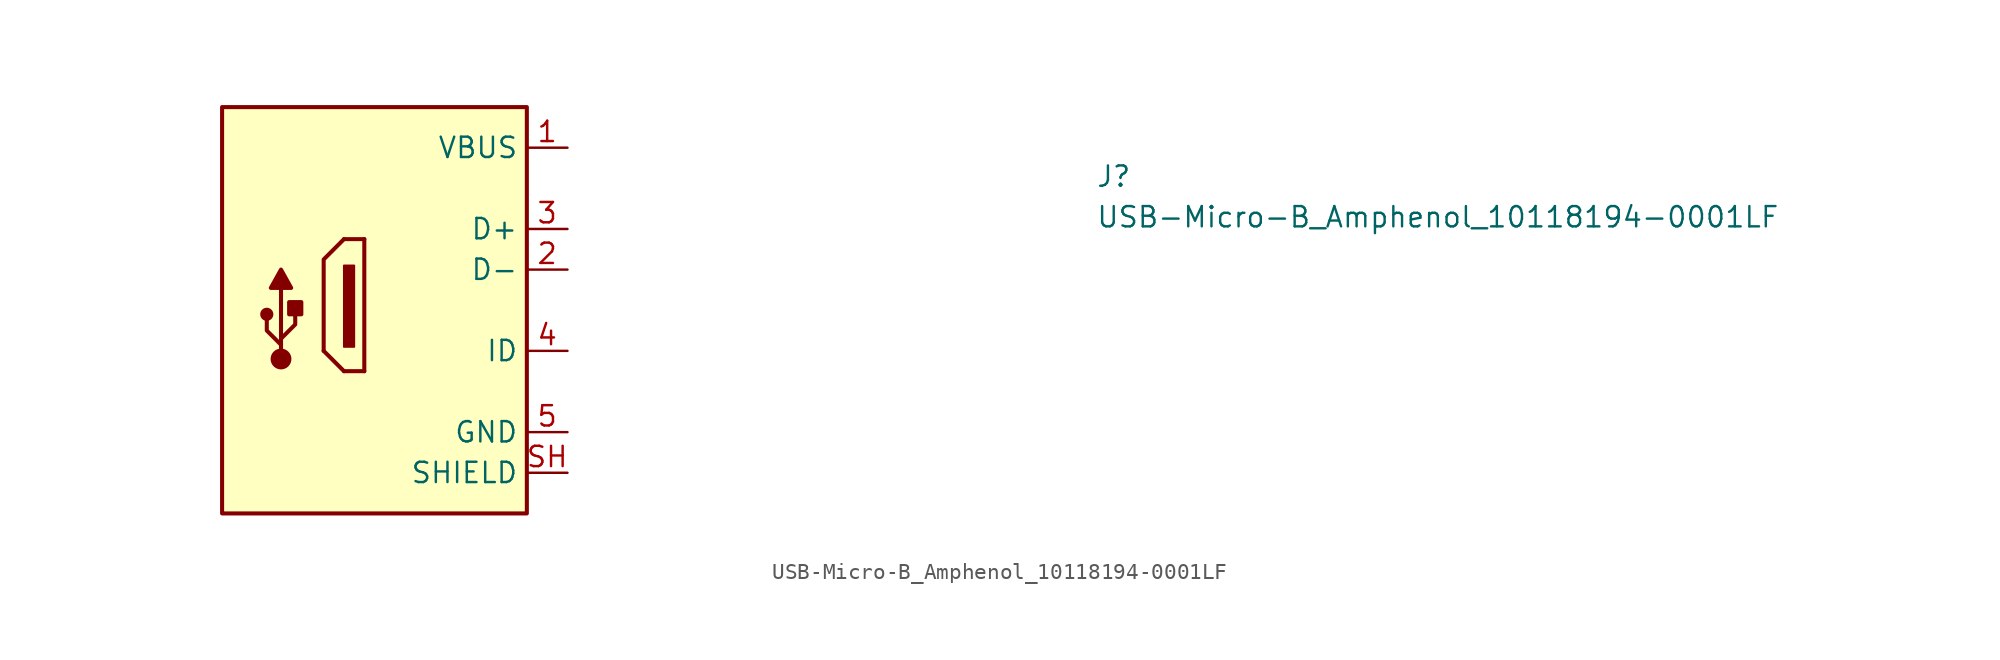
<source format=kicad_sym>
(kicad_symbol_lib
  (version 20220914)
  (generator kicad_symbol_editor)
  (symbol "USB-Micro-B_Amphenol_10118194-0001LF"
    (property "Reference" "J"
      (at 33.02 -2.54 0)
      (effects (font (size 1.27 1.27) (thickness 0.15)) (justify left bottom)))
    (property "Value" "USB-Micro-B_Amphenol_10118194-0001LF"
      (at 33.02 -5.08 0)
      (effects (font (size 1.27 1.27) (thickness 0.15)) (justify left bottom)))
    (symbol "USB-Micro-B_Amphenol_10118194-0001LF_0_1"
      (rectangle (start -13.335 -7.366) (end -13.97 -12.446) (stroke (width 0.127) (type default)) (fill (type outline)))
      (polyline (pts (xy -13.97 -13.97) (xy -15.24 -12.7)) (stroke (width 0.254) (type default)) (fill (type none)))
      (polyline (pts (xy -12.7 -13.97) (xy -13.97 -13.97)) (stroke (width 0.254) (type default)) (fill (type none)))
      (polyline (pts (xy -12.7 -13.97) (xy -12.7 -5.715)) (stroke (width 0.254) (type default)) (fill (type none)))
      (polyline (pts (xy -12.7 -5.715) (xy -13.97 -5.715)) (stroke (width 0.254) (type default)) (fill (type none)))
      (polyline (pts (xy -13.97 -5.715) (xy -15.24 -6.985) (xy -15.24 -12.7)) (stroke (width 0.254) (type default)) (fill (type none))))
    (symbol "USB-Micro-B_Amphenol_10118194-0001LF_1_1"
      (rectangle (start -21.59 2.54) (end -2.54 -22.86) (stroke (width 0.254) (type default)) (fill (type background)))
      (circle (center -18.796 -10.414) (radius 0.284) (stroke (width 0.254) (type default)) (fill (type outline)))
      (circle (center -17.907 -13.208) (radius 0.524) (stroke (width 0.254) (type default)) (fill (type outline)))
      (rectangle (start -17.399 -10.414) (end -16.637 -9.652) (stroke (width 0.254) (type default)) (fill (type outline)))
      (polyline (pts (xy -17.907 -13.081) (xy -17.907 -8.763)) (stroke (width 0.254) (type default)) (fill (type background)))
      (polyline (pts (xy -17.907 -12.319) (xy -18.796 -11.43) (xy -18.796 -10.795)) (stroke (width 0.254) (type default)) (fill (type background)))
      (polyline (pts (xy -17.907 -11.938) (xy -17.018 -11.049) (xy -17.018 -10.414)) (stroke (width 0.254) (type default)) (fill (type background)))
      (polyline (pts (xy -18.542 -8.763) (xy -17.907 -7.62) (xy -17.272 -8.763) (xy -18.542 -8.763)) (stroke (width 0.254) (type default)) (fill (type outline)))
      (pin passive line (at 0 0 180) (length 2.54) (name "VBUS" (effects (font (size 1.27 1.27)))) (number "1" (effects (font (size 1.27 1.27)))))
      (pin bidirectional line (at 0 -7.62 180) (length 2.54) (name "D-" (effects (font (size 1.27 1.27)))) (number "2" (effects (font (size 1.27 1.27)))))
      (pin bidirectional line (at 0 -5.08 180) (length 2.54) (name "D+" (effects (font (size 1.27 1.27)))) (number "3" (effects (font (size 1.27 1.27)))))
      (pin bidirectional line (at 0 -12.7 180) (length 2.54) (name "ID" (effects (font (size 1.27 1.27)))) (number "4" (effects (font (size 1.27 1.27)))))
      (pin power_in line (at 0 -17.78 180) (length 2.54) (name "GND" (effects (font (size 1.27 1.27)))) (number "5" (effects (font (size 1.27 1.27)))))
      (pin passive line (at 0 -20.32 180) (length 2.54) (name "SHIELD" (effects (font (size 1.27 1.27)))) (number "SH" (effects (font (size 1.27 1.27))))))))
</source>
